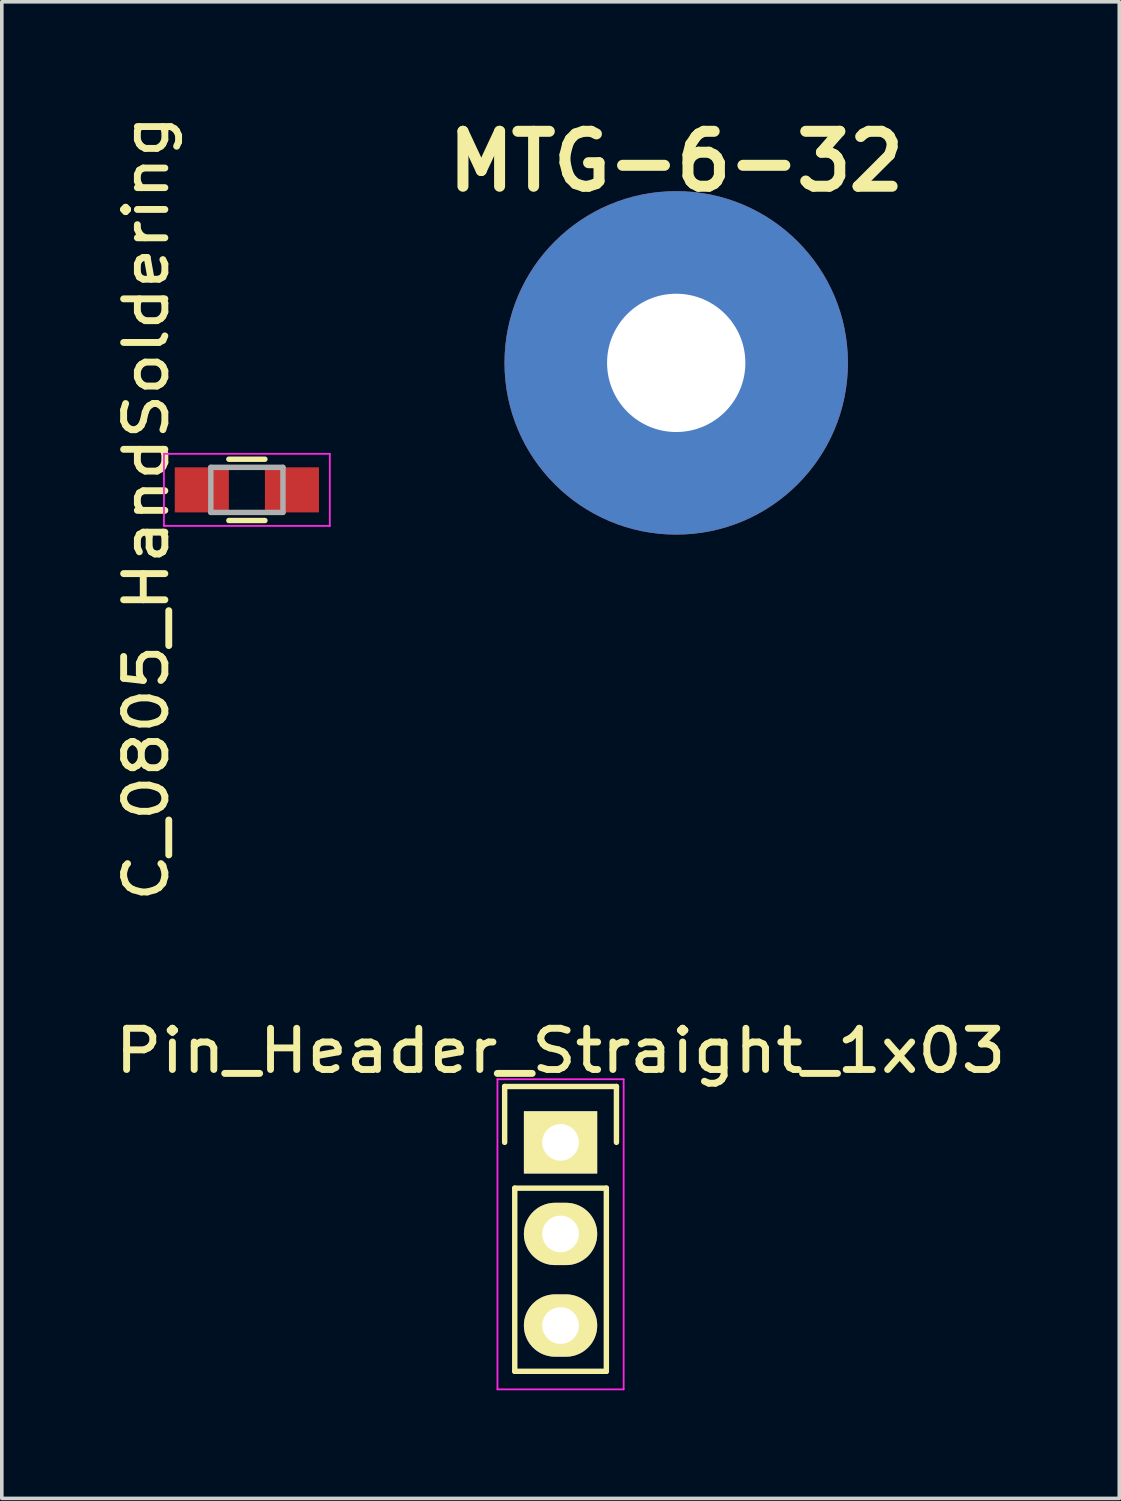
<source format=kicad_pcb>
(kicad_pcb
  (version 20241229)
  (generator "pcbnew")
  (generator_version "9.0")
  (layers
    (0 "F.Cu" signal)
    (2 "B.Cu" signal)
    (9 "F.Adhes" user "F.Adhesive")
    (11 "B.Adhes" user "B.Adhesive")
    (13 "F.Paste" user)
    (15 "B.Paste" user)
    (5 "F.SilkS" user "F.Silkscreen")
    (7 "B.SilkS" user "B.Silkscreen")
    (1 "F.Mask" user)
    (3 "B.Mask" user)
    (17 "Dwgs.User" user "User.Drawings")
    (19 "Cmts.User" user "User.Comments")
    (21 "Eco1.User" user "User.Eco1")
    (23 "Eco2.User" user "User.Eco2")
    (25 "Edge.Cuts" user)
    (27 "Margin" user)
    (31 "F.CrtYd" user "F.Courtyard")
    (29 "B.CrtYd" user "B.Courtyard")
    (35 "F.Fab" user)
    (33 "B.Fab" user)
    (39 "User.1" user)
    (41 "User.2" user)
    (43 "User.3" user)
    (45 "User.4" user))
  (footprint "MTG-6-32"
    (layer "F.Cu")
    (at 15.704 7.014)
    (property "Reference" "MTG-6-32" (at 0 -5.588 0) (layer "F.SilkS") (effects (font (size 1.524 1.524) (thickness 0.305))))
    (attr through_hole)
    (pad "1" thru_hole circle (at 0 0) (size 9.525 9.525) (drill 3.835) (layers "*.Cu" "*.Mask")))
  (footprint "C_0805_HandSoldering"
    (layer "F.Cu")
    (at 3.797 10.536)
    (property "Reference" "C_0805_HandSoldering" (at -2.794 0.508 270) (layer "F.SilkS") (effects (font (size 1.143 1.27) (thickness 0.191))))
    (attr smd)
    (fp_line (start -0.5 0.85) (end 0.5 0.85) (stroke (width 0.15) (type solid)) (layer "F.SilkS"))
    (fp_line (start 0.5 -0.85) (end -0.5 -0.85) (stroke (width 0.15) (type solid)) (layer "F.SilkS"))
    (fp_line (start -2.3 -1) (end -2.3 1) (stroke (width 0.05) (type solid)) (layer "F.CrtYd"))
    (fp_line (start -2.3 -1) (end 2.3 -1) (stroke (width 0.05) (type solid)) (layer "F.CrtYd"))
    (fp_line (start -2.3 1) (end 2.3 1) (stroke (width 0.05) (type solid)) (layer "F.CrtYd"))
    (fp_line (start 2.3 -1) (end 2.3 1) (stroke (width 0.05) (type solid)) (layer "F.CrtYd"))
    (fp_line (start -1 -0.625) (end 1 -0.625) (stroke (width 0.15) (type solid)) (layer "F.Fab"))
    (fp_line (start -1 0.625) (end -1 -0.625) (stroke (width 0.15) (type solid)) (layer "F.Fab"))
    (fp_line (start 1 -0.625) (end 1 0.625) (stroke (width 0.15) (type solid)) (layer "F.Fab"))
    (fp_line (start 1 0.625) (end -1 0.625) (stroke (width 0.15) (type solid)) (layer "F.Fab"))
    (pad "1" smd rect (at -1.25 0) (size 1.5 1.25) (layers "F.Cu" "F.Mask"))
    (pad "2" smd rect (at 1.25 0) (size 1.5 1.25) (layers "F.Cu" "F.Mask")))
  (footprint "Pin_Header_Straight_1x03"
    (layer "F.Cu")
    (at 12.496 28.632)
    (property "Reference" "Pin_Header_Straight_1x03" (at 0 -2.54 0) (layer "F.SilkS") (effects (font (size 1.143 1.27) (thickness 0.191))))
    (attr through_hole)
    (fp_line (start -1.55 -1.55) (end 1.55 -1.55) (stroke (width 0.15) (type solid)) (layer "F.SilkS"))
    (fp_line (start -1.55 0) (end -1.55 -1.55) (stroke (width 0.15) (type solid)) (layer "F.SilkS"))
    (fp_line (start -1.27 1.27) (end -1.27 6.35) (stroke (width 0.15) (type solid)) (layer "F.SilkS"))
    (fp_line (start -1.27 6.35) (end 1.27 6.35) (stroke (width 0.15) (type solid)) (layer "F.SilkS"))
    (fp_line (start 1.27 1.27) (end -1.27 1.27) (stroke (width 0.15) (type solid)) (layer "F.SilkS"))
    (fp_line (start 1.27 6.35) (end 1.27 1.27) (stroke (width 0.15) (type solid)) (layer "F.SilkS"))
    (fp_line (start 1.55 -1.55) (end 1.55 0) (stroke (width 0.15) (type solid)) (layer "F.SilkS"))
    (fp_line (start -1.75 -1.75) (end -1.75 6.85) (stroke (width 0.05) (type solid)) (layer "F.CrtYd"))
    (fp_line (start -1.75 -1.75) (end 1.75 -1.75) (stroke (width 0.05) (type solid)) (layer "F.CrtYd"))
    (fp_line (start -1.75 6.85) (end 1.75 6.85) (stroke (width 0.05) (type solid)) (layer "F.CrtYd"))
    (fp_line (start 1.75 -1.75) (end 1.75 6.85) (stroke (width 0.05) (type solid)) (layer "F.CrtYd"))
    (pad "1" thru_hole rect (at 0 0) (size 2.032 1.727) (drill 1.016) (layers "*.Cu" "*.Mask" "F.SilkS"))
    (pad "2" thru_hole oval (at 0 2.54) (size 2.032 1.727) (drill 1.016) (layers "*.Cu" "*.Mask" "F.SilkS"))
    (pad "3" thru_hole oval (at 0 5.08) (size 2.032 1.727) (drill 1.016) (layers "*.Cu" "*.Mask" "F.SilkS")))
  (gr_rect
    (start -3 -3)
    (end 27.992 38.507)
    (stroke (width 0.1) (type default))
    (fill no)
    (layer "Edge.Cuts")))
</source>
